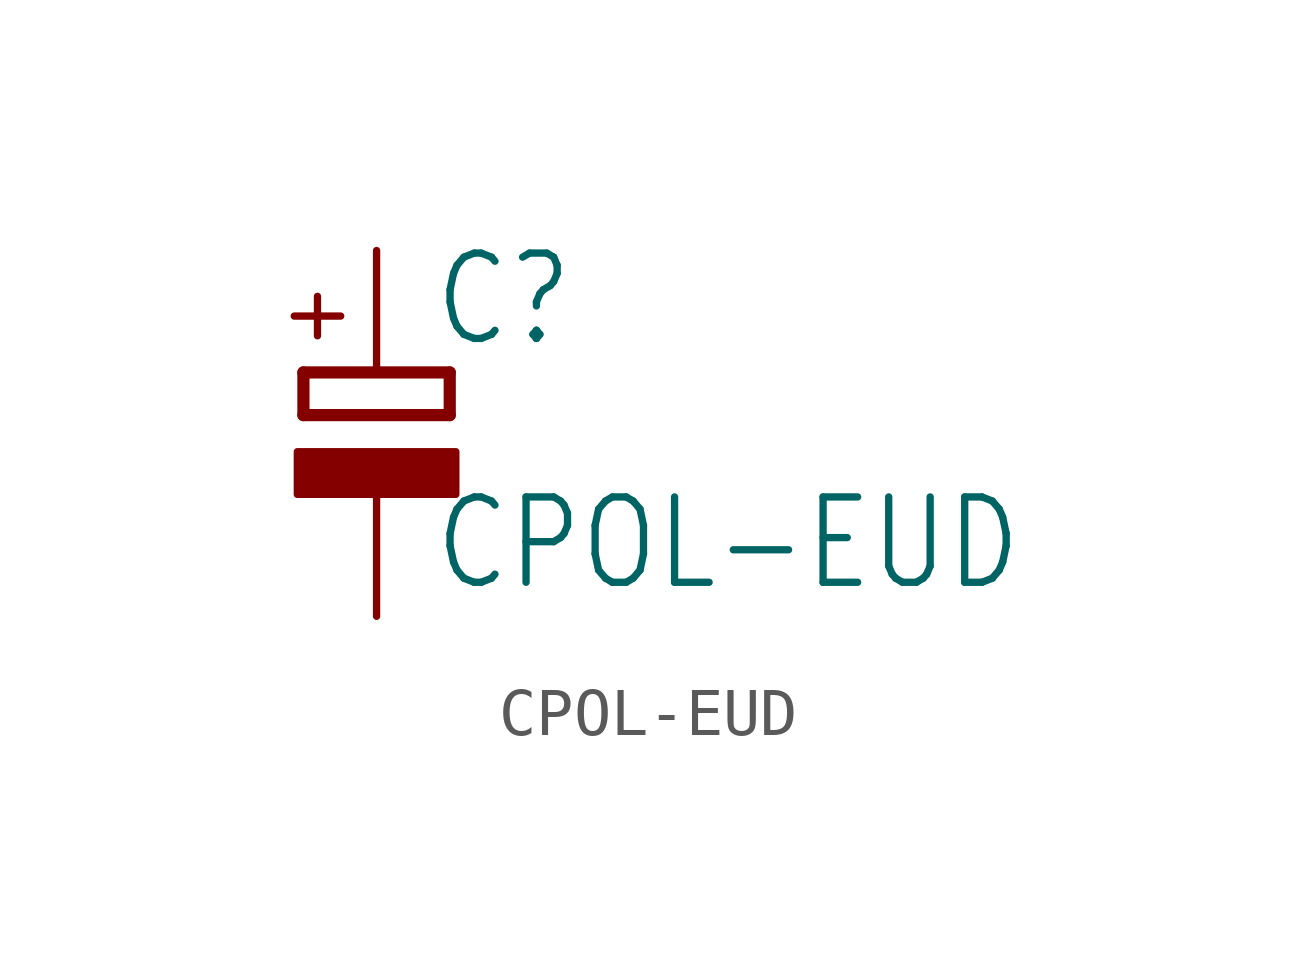
<source format=kicad_sym>
(kicad_symbol_lib
  (version 20211014)
  (generator kicad_symbol_editor)
  (symbol "CPOL-EUD"
    (property "Reference" "C"
      (at 1.143 0.483 0)
      (effects (font (size 1.778 1.511)) (justify left bottom)))
    (property "Value" "CPOL-EUD"
      (at 1.143 -4.597 0)
      (effects (font (size 1.778 1.511)) (justify left bottom)))
    (property "ki_locked" ""
      (at 0 0 0)
      (effects (font (size 1.27 1.27))))
    (symbol "CPOL-EUD_1_0"
      (rectangle (start -1.651 -2.54) (end 1.651 -1.651) (stroke (width 0) (type default) (color 0 0 0 0)) (fill (type outline)))
      (polyline (pts (xy -1.524 -0.889) (xy 1.524 -0.889)) (stroke (width 0.254) (type default) (color 0 0 0 0)) (fill (type none)))
      (polyline (pts (xy -1.524 0) (xy -1.524 -0.889)) (stroke (width 0.254) (type default) (color 0 0 0 0)) (fill (type none)))
      (polyline (pts (xy -1.524 0) (xy 1.524 0)) (stroke (width 0.254) (type default) (color 0 0 0 0)) (fill (type none)))
      (polyline (pts (xy 1.524 -0.889) (xy 1.524 0)) (stroke (width 0.254) (type default) (color 0 0 0 0)) (fill (type none)))
      (text "+" (at -0.584 0.406 900) (effects (font (size 1.27 1.079)) (justify left bottom)))
      (pin passive line (at 0 2.54 270) (length 2.54) (name "+" (effects (font (size 0 0)))) (number "+" (effects (font (size 0 0)))))
      (pin passive line (at 0 -5.08 90) (length 2.54) (name "-" (effects (font (size 0 0)))) (number "-" (effects (font (size 0 0))))))))
</source>
